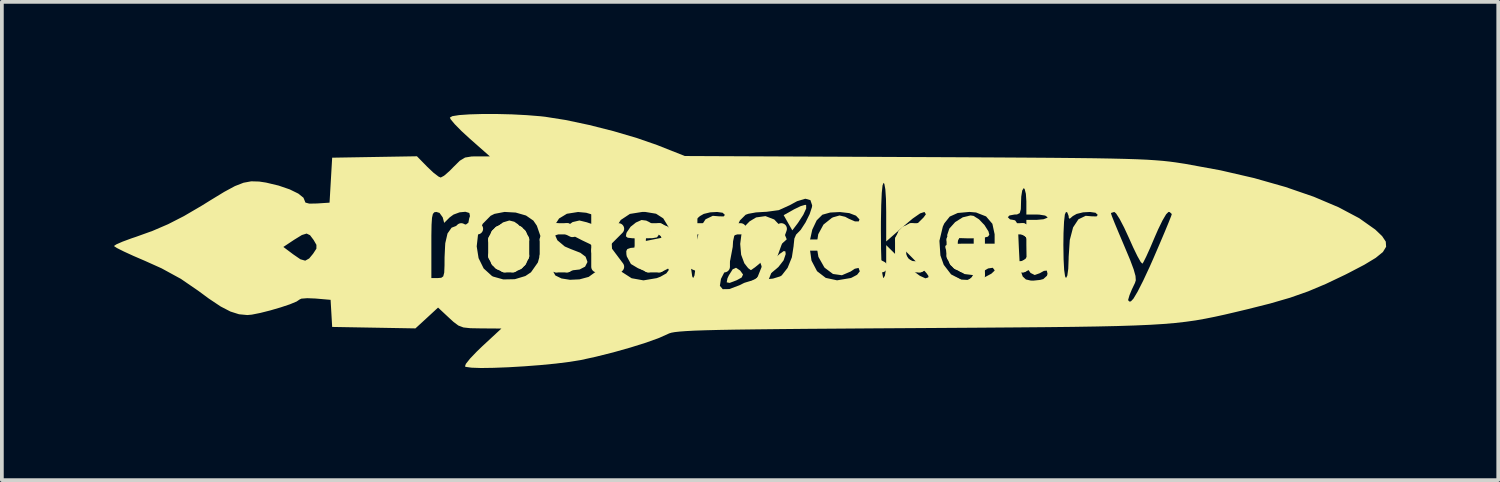
<source format=kicad_pcb>
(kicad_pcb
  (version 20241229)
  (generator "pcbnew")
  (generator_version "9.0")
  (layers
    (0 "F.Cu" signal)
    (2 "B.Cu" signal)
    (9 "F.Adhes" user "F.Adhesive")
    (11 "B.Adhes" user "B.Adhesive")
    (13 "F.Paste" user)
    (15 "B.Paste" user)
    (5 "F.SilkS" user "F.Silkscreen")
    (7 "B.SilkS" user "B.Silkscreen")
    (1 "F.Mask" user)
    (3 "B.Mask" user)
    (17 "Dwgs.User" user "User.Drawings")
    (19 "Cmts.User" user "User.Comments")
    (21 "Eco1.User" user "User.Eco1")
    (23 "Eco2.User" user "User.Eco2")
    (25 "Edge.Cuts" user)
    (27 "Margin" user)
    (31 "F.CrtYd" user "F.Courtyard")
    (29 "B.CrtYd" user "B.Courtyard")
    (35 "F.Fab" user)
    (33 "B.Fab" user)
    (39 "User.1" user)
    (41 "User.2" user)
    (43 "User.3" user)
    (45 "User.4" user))
  (footprint "rocketry-logo"
    (layer "F.Cu")
    (at 16.91 3.398)
    (property "Reference" "rocketry-logo" (at 0 0 0) (layer "F.SilkS") (effects (font (size 1.524 1.524) (thickness 0.3))))
    (attr board_only exclude_from_pos_files exclude_from_bom)
    (fp_poly (pts (xy -0.161 0.787) (xy -0.156 0.792) (xy -0.08 0.897) (xy -0.118 0.977) (xy -0.251 1.05) (xy -0.438 1.121) (xy -0.517 1.106) (xy -0.498 1.001) (xy -0.46 0.92) (xy -0.357 0.756) (xy -0.268 0.716)) (stroke (width 0) (type solid)) (fill yes) (layer "F.SilkS"))
    (fp_poly (pts (xy 1.608 -0.962) (xy 1.609 -0.869) (xy 1.531 -0.7) (xy 1.389 -0.483) (xy 1.359 -0.443) (xy 1.238 -0.285) (xy 1.122 -0.488) (xy 1.007 -0.691) (xy 1.286 -0.848) (xy 1.462 -0.933) (xy 1.583 -0.968)) (stroke (width 0) (type solid)) (fill yes) (layer "F.SilkS"))
    (fp_poly (pts (xy 1.052 0.277) (xy 1.061 0.35) (xy 1.005 0.517) (xy 0.865 0.697) (xy 0.688 0.846) (xy 0.517 0.918) (xy 0.495 0.92) (xy 0.384 0.899) (xy 0.366 0.864) (xy 0.427 0.79) (xy 0.563 0.654) (xy 0.725 0.501) (xy 0.906 0.341) (xy 1.007 0.27)) (stroke (width 0) (type solid)) (fill yes) (layer "F.SilkS"))
    (fp_poly (pts (xy -6.2 -0.515) (xy -6.102 -0.448) (xy -5.913 -0.226) (xy -5.836 0.057) (xy -5.874 0.369) (xy -5.989 0.619) (xy -6.139 0.741) (xy -6.348 0.78) (xy -6.558 0.734) (xy -6.674 0.65) (xy -6.806 0.417) (xy -6.848 0.144) (xy -6.805 -0.129) (xy -6.685 -0.358) (xy -6.502 -0.498) (xy -6.333 -0.549)) (stroke (width 0) (type solid)) (fill yes) (layer "F.SilkS"))
    (fp_poly (pts (xy -2.67 -0.546) (xy -2.565 -0.493) (xy -2.419 -0.368) (xy -2.348 -0.228) (xy -2.345 -0.143) (xy -2.388 -0.096) (xy -2.507 -0.076) (xy -2.732 -0.071) (xy -2.788 -0.071) (xy -3.034 -0.073) (xy -3.167 -0.088) (xy -3.214 -0.126) (xy -3.203 -0.199) (xy -3.192 -0.23) (xy -3.088 -0.382) (xy -2.946 -0.495) (xy -2.796 -0.562)) (stroke (width 0) (type solid)) (fill yes) (layer "F.SilkS"))
    (fp_poly (pts (xy 6.086 -0.672) (xy 6.233 -0.58) (xy 6.381 -0.424) (xy 6.486 -0.257) (xy 6.509 -0.167) (xy 6.473 -0.117) (xy 6.352 -0.086) (xy 6.123 -0.073) (xy 5.943 -0.071) (xy 5.64 -0.08) (xy 5.446 -0.106) (xy 5.377 -0.146) (xy 5.377 -0.146) (xy 5.439 -0.332) (xy 5.595 -0.506) (xy 5.799 -0.634) (xy 6.006 -0.684)) (stroke (width 0) (type solid)) (fill yes) (layer "F.SilkS"))
    (fp_poly (pts (xy 0.754 -0.576) (xy 0.941 -0.379) (xy 0.994 -0.274) (xy 1.089 -0.045) (xy 0.634 0.367) (xy 0.424 0.552) (xy 0.252 0.694) (xy 0.145 0.771) (xy 0.127 0.778) (xy 0.055 0.725) (xy -0.044 0.598) (xy -0.045 0.597) (xy -0.131 0.367) (xy -0.156 0.078) (xy -0.12 -0.204) (xy -0.047 -0.381) (xy 0.097 -0.527) (xy 0.27 -0.631) (xy 0.52 -0.666)) (stroke (width 0) (type solid)) (fill yes) (layer "F.SilkS"))
    (fp_poly (pts (xy -6.668 -3.398) (xy -6.262 -3.388) (xy -5.862 -3.367) (xy -5.491 -3.337) (xy -5.375 -3.324) (xy -4.825 -3.237) (xy -4.197 -3.104) (xy -3.545 -2.939) (xy -2.92 -2.755) (xy -2.375 -2.566) (xy -2.323 -2.545) (xy -1.638 -2.274) (xy 4.576 -2.246) (xy 5.661 -2.241) (xy 6.614 -2.236) (xy 7.446 -2.231) (xy 8.167 -2.226) (xy 8.787 -2.22) (xy 9.317 -2.214) (xy 9.765 -2.206) (xy 10.143 -2.197) (xy 10.461 -2.187) (xy 10.728 -2.175) (xy 10.956 -2.16) (xy 11.153 -2.144) (xy 11.33 -2.125) (xy 11.498 -2.103) (xy 11.666 -2.077) (xy 11.745 -2.065) (xy 12.695 -1.891) (xy 13.596 -1.683) (xy 14.433 -1.445) (xy 15.19 -1.184) (xy 15.853 -0.903) (xy 16.405 -0.61) (xy 16.832 -0.308) (xy 16.841 -0.3) (xy 17.018 -0.131) (xy 17.116 0.016) (xy 17.125 0.154) (xy 17.039 0.295) (xy 16.847 0.451) (xy 16.543 0.635) (xy 16.118 0.857) (xy 16.025 0.904) (xy 15.515 1.147) (xy 15.04 1.347) (xy 14.557 1.517) (xy 14.02 1.673) (xy 13.408 1.827) (xy 13.089 1.903) (xy 12.803 1.97) (xy 12.538 2.028) (xy 12.283 2.079) (xy 12.029 2.124) (xy 11.765 2.161) (xy 11.481 2.193) (xy 11.165 2.22) (xy 10.808 2.242) (xy 10.399 2.26) (xy 9.927 2.275) (xy 9.383 2.287) (xy 8.755 2.297) (xy 8.033 2.305) (xy 7.206 2.312) (xy 6.265 2.319) (xy 5.199 2.326) (xy 4.564 2.33) (xy 3.453 2.337) (xy 2.476 2.344) (xy 1.623 2.35) (xy 0.885 2.357) (xy 0.254 2.364) (xy -0.279 2.371) (xy -0.722 2.379) (xy -1.085 2.388) (xy -1.376 2.398) (xy -1.604 2.41) (xy -1.777 2.423) (xy -1.905 2.437) (xy -1.995 2.453) (xy -2.057 2.472) (xy -2.087 2.486) (xy -2.326 2.593) (xy -2.672 2.718) (xy -3.09 2.849) (xy -3.55 2.979) (xy -4.017 3.096) (xy -4.422 3.185) (xy -4.724 3.234) (xy -5.094 3.28) (xy -5.506 3.32) (xy -5.937 3.353) (xy -6.361 3.378) (xy -6.754 3.393) (xy -7.09 3.398) (xy -7.346 3.389) (xy -7.495 3.368) (xy -7.52 3.355) (xy -7.495 3.286) (xy -7.384 3.146) (xy -7.205 2.959) (xy -7.06 2.819) (xy -6.545 2.342) (xy -7.096 2.338) (xy -7.376 2.333) (xy -7.561 2.313) (xy -7.696 2.262) (xy -7.826 2.165) (xy -7.943 2.058) (xy -8.24 1.781) (xy -8.542 2.06) (xy -8.845 2.338) (xy -11.073 2.299) (xy -11.094 1.936) (xy -11.115 1.574) (xy -11.518 1.539) (xy -11.74 1.53) (xy -11.896 1.542) (xy -11.945 1.565) (xy -12.024 1.619) (xy -12.205 1.694) (xy -12.451 1.776) (xy -12.728 1.857) (xy -12.997 1.925) (xy -13.223 1.97) (xy -13.343 1.981) (xy -13.565 1.96) (xy -13.795 1.887) (xy -14.056 1.752) (xy -14.375 1.539) (xy -14.654 1.333) (xy -14.851 1.198) (xy -0.7 1.198) (xy -0.624 1.289) (xy -0.448 1.286) (xy -0.176 1.184) (xy -0.048 1.12) (xy 0.113 1.07) (xy 0.346 1.037) (xy 0.467 1.031) (xy 0.72 1.006) (xy 0.912 0.947) (xy 0.955 0.92) (xy 1.112 0.719) (xy 1.226 0.437) (xy 1.271 0.146) (xy 1.698 0.146) (xy 1.751 0.524) (xy 1.9 0.808) (xy 2.133 0.987) (xy 2.435 1.052) (xy 2.794 0.992) (xy 2.82 0.984) (xy 2.971 0.904) (xy 3.042 0.814) (xy 3.042 0.807) (xy 3.011 0.72) (xy 2.91 0.742) (xy 2.799 0.816) (xy 2.565 0.916) (xy 2.326 0.882) (xy 2.106 0.717) (xy 2.093 0.702) (xy 1.936 0.424) (xy 1.885 0.118) (xy 1.932 -0.182) (xy 1.987 -0.283) (xy 3.608 -0.283) (xy 3.612 0.204) (xy 3.623 0.582) (xy 3.641 0.842) (xy 3.666 0.975) (xy 3.679 0.991) (xy 3.716 0.926) (xy 3.742 0.756) (xy 3.75 0.55) (xy 3.75 0.11) (xy 4.194 0.55) (xy 4.443 0.778) (xy 4.65 0.931) (xy 4.8 0.999) (xy 4.875 0.974) (xy 4.882 0.939) (xy 4.835 0.869) (xy 4.711 0.726) (xy 4.532 0.536) (xy 4.452 0.454) (xy 4.022 0.02) (xy 4.052 -0.005) (xy 5.174 -0.005) (xy 5.2 0.384) (xy 5.289 0.636) (xy 5.486 0.893) (xy 5.754 1.032) (xy 6.079 1.05) (xy 6.405 0.959) (xy 6.564 0.874) (xy 6.647 0.796) (xy 6.651 0.782) (xy 6.601 0.716) (xy 6.477 0.734) (xy 6.336 0.816) (xy 6.1 0.915) (xy 5.845 0.884) (xy 5.601 0.729) (xy 5.584 0.713) (xy 5.453 0.558) (xy 5.382 0.427) (xy 5.377 0.4) (xy 5.352 0.239) (xy 5.334 0.183) (xy 5.331 0.131) (xy 5.384 0.097) (xy 5.518 0.079) (xy 5.755 0.072) (xy 5.971 0.071) (xy 6.651 0.071) (xy 6.651 -0.18) (xy 6.591 -0.46) (xy 6.44 -0.637) (xy 7.004 -0.637) (xy 7.063 -0.578) (xy 7.138 -0.566) (xy 7.198 -0.553) (xy 7.239 -0.499) (xy 7.266 -0.379) (xy 7.284 -0.168) (xy 7.298 0.158) (xy 7.299 0.181) (xy 7.318 0.548) (xy 7.349 0.797) (xy 7.402 0.949) (xy 7.488 1.029) (xy 7.616 1.058) (xy 7.689 1.06) (xy 7.868 1.041) (xy 7.954 1.018) (xy 8.051 0.93) (xy 8.066 0.877) (xy 8.047 0.792) (xy 7.971 0.799) (xy 7.858 0.862) (xy 7.723 0.91) (xy 7.612 0.854) (xy 7.556 0.775) (xy 7.521 0.632) (xy 7.504 0.398) (xy 7.5 0.106) (xy 8.49 0.106) (xy 8.496 0.489) (xy 8.511 0.774) (xy 8.536 0.946) (xy 8.561 0.991) (xy 8.596 0.924) (xy 8.621 0.743) (xy 8.631 0.474) (xy 8.632 0.421) (xy 8.662 -0.028) (xy 8.75 -0.364) (xy 8.893 -0.581) (xy 9.087 -0.674) (xy 9.257 -0.66) (xy 9.379 -0.658) (xy 9.41 -0.699) (xy 9.37 -0.737) (xy 9.764 -0.737) (xy 9.79 -0.66) (xy 9.862 -0.479) (xy 9.97 -0.22) (xy 10.102 0.091) (xy 10.123 0.141) (xy 10.275 0.503) (xy 10.371 0.76) (xy 10.42 0.935) (xy 10.428 1.051) (xy 10.406 1.121) (xy 10.321 1.3) (xy 10.259 1.451) (xy 10.221 1.582) (xy 10.256 1.62) (xy 10.297 1.615) (xy 10.365 1.542) (xy 10.477 1.354) (xy 10.624 1.065) (xy 10.799 0.69) (xy 10.899 0.464) (xy 11.059 0.093) (xy 11.198 -0.234) (xy 11.305 -0.493) (xy 11.373 -0.664) (xy 11.391 -0.722) (xy 11.335 -0.774) (xy 11.303 -0.778) (xy 11.24 -0.716) (xy 11.142 -0.55) (xy 11.024 -0.308) (xy 10.933 -0.1) (xy 10.812 0.184) (xy 10.707 0.416) (xy 10.632 0.566) (xy 10.604 0.607) (xy 10.558 0.559) (xy 10.471 0.405) (xy 10.357 0.17) (xy 10.249 -0.071) (xy 10.117 -0.357) (xy 9.996 -0.589) (xy 9.901 -0.737) (xy 9.853 -0.778) (xy 9.77 -0.752) (xy 9.764 -0.737) (xy 9.37 -0.737) (xy 9.35 -0.756) (xy 9.203 -0.777) (xy 9.018 -0.767) (xy 8.845 -0.725) (xy 8.743 -0.667) (xy 8.658 -0.593) (xy 8.633 -0.625) (xy 8.632 -0.667) (xy 8.595 -0.764) (xy 8.561 -0.778) (xy 8.53 -0.71) (xy 8.508 -0.516) (xy 8.494 -0.211) (xy 8.49 0.106) (xy 7.5 0.106) (xy 7.5 0.097) (xy 7.5 -0.566) (xy 7.783 -0.566) (xy 7.96 -0.582) (xy 8.059 -0.621) (xy 8.066 -0.637) (xy 8.003 -0.681) (xy 7.846 -0.706) (xy 7.783 -0.708) (xy 7.5 -0.708) (xy 7.5 -1.061) (xy 7.487 -1.263) (xy 7.454 -1.391) (xy 7.429 -1.415) (xy 7.389 -1.351) (xy 7.363 -1.189) (xy 7.358 -1.061) (xy 7.352 -0.851) (xy 7.323 -0.747) (xy 7.252 -0.711) (xy 7.181 -0.708) (xy 7.048 -0.683) (xy 7.004 -0.637) (xy 6.44 -0.637) (xy 6.422 -0.658) (xy 6.154 -0.763) (xy 5.977 -0.778) (xy 5.664 -0.75) (xy 5.451 -0.654) (xy 5.305 -0.472) (xy 5.265 -0.386) (xy 5.174 -0.005) (xy 4.052 -0.005) (xy 4.416 -0.317) (xy 4.608 -0.489) (xy 4.749 -0.629) (xy 4.81 -0.712) (xy 4.811 -0.716) (xy 4.774 -0.777) (xy 4.658 -0.739) (xy 4.459 -0.601) (xy 4.2 -0.383) (xy 3.75 0.012) (xy 3.75 -0.772) (xy 3.744 -1.125) (xy 3.727 -1.384) (xy 3.7 -1.53) (xy 3.679 -1.557) (xy 3.652 -1.487) (xy 3.631 -1.286) (xy 3.617 -0.963) (xy 3.609 -0.527) (xy 3.608 -0.283) (xy 1.987 -0.283) (xy 2.072 -0.44) (xy 2.298 -0.62) (xy 2.334 -0.636) (xy 2.502 -0.683) (xy 2.652 -0.648) (xy 2.753 -0.594) (xy 2.913 -0.525) (xy 3.016 -0.524) (xy 3.035 -0.578) (xy 2.943 -0.676) (xy 2.94 -0.678) (xy 2.763 -0.746) (xy 2.512 -0.775) (xy 2.253 -0.762) (xy 2.048 -0.705) (xy 2.041 -0.702) (xy 1.89 -0.552) (xy 1.772 -0.304) (xy 1.706 -0.003) (xy 1.698 0.146) (xy 1.271 0.146) (xy 1.273 0.135) (xy 1.274 0.113) (xy 1.293 -0.065) (xy 1.34 -0.173) (xy 1.347 -0.179) (xy 1.463 -0.298) (xy 1.592 -0.497) (xy 1.702 -0.719) (xy 1.764 -0.908) (xy 1.769 -0.954) (xy 1.722 -1.094) (xy 1.585 -1.131) (xy 1.366 -1.065) (xy 1.167 -0.957) (xy 0.878 -0.826) (xy 0.546 -0.781) (xy 0.508 -0.78) (xy 0.265 -0.765) (xy 0.062 -0.728) (xy -0.011 -0.702) (xy -0.163 -0.551) (xy -0.28 -0.301) (xy -0.347 0.006) (xy -0.356 0.157) (xy -0.425 0.522) (xy -0.532 0.743) (xy -0.671 1.014) (xy -0.7 1.198) (xy -14.851 1.198) (xy -15.122 1.012) (xy -15.161 0.991) (xy -8.419 0.991) (xy -8.243 0.991) (xy -8.154 0.984) (xy -8.101 0.946) (xy -8.075 0.846) (xy -8.067 0.656) (xy -8.066 0.44) (xy -8.052 0.143) (xy -7.206 0.143) (xy -7.156 0.458) (xy -7.02 0.734) (xy -6.8 0.934) (xy -6.769 0.951) (xy -6.495 1.028) (xy -6.186 1.022) (xy -5.904 0.937) (xy -5.755 0.838) (xy -5.732 0.806) (xy -5.165 0.806) (xy -5.102 0.922) (xy -4.938 1.002) (xy -4.71 1.038) (xy -4.454 1.026) (xy -4.21 0.96) (xy -3.996 0.805) (xy -3.899 0.578) (xy -3.917 0.331) (xy -3.994 0.207) (xy -4.173 0.083) (xy -4.356 -0.004) (xy -3.597 -0.004) (xy -3.581 0.296) (xy -3.497 0.558) (xy -3.321 0.829) (xy -3.062 0.996) (xy -2.744 1.053) (xy -2.388 0.993) (xy -2.291 0.956) (xy -2.132 0.866) (xy -2.068 0.778) (xy -2.07 0.762) (xy -2.103 0.712) (xy -2.176 0.692) (xy -2.32 0.702) (xy -2.568 0.739) (xy -2.62 0.748) (xy -2.879 0.735) (xy -3.08 0.615) (xy -3.191 0.411) (xy -3.201 0.354) (xy -3.204 0.269) (xy -3.176 0.216) (xy -3.088 0.185) (xy -2.914 0.169) (xy -2.628 0.157) (xy -2.6 0.156) (xy -2.276 0.14) (xy -2.094 0.106) (xy -1.486 0.106) (xy -1.48 0.489) (xy -1.465 0.774) (xy -1.44 0.946) (xy -1.415 0.991) (xy -1.38 0.924) (xy -1.355 0.743) (xy -1.345 0.474) (xy -1.344 0.421) (xy -1.314 -0.028) (xy -1.226 -0.364) (xy -1.083 -0.581) (xy -0.889 -0.674) (xy -0.719 -0.66) (xy -0.597 -0.658) (xy -0.566 -0.699) (xy -0.626 -0.756) (xy -0.773 -0.777) (xy -0.958 -0.767) (xy -1.131 -0.725) (xy -1.233 -0.667) (xy -1.318 -0.593) (xy -1.343 -0.625) (xy -1.344 -0.667) (xy -1.381 -0.764) (xy -1.415 -0.778) (xy -1.446 -0.71) (xy -1.468 -0.516) (xy -1.482 -0.211) (xy -1.486 0.106) (xy -2.094 0.106) (xy -2.076 0.103) (xy -1.983 0.028) (xy -1.98 -0.102) (xy -2.049 -0.307) (xy -2.081 -0.386) (xy -2.215 -0.606) (xy -2.408 -0.73) (xy -2.692 -0.777) (xy -2.774 -0.778) (xy -3.107 -0.725) (xy -3.353 -0.562) (xy -3.51 -0.311) (xy -3.597 -0.004) (xy -4.356 -0.004) (xy -4.385 -0.018) (xy -4.659 -0.159) (xy -4.793 -0.285) (xy -4.788 -0.4) (xy -4.645 -0.503) (xy -4.637 -0.507) (xy -4.458 -0.549) (xy -4.253 -0.499) (xy -4.242 -0.494) (xy -4.081 -0.44) (xy -3.995 -0.456) (xy -3.959 -0.501) (xy -3.959 -0.605) (xy -4.073 -0.695) (xy -4.277 -0.756) (xy -4.495 -0.776) (xy -4.793 -0.729) (xy -5.003 -0.602) (xy -5.119 -0.422) (xy -5.136 -0.219) (xy -5.048 -0.02) (xy -4.849 0.147) (xy -4.69 0.215) (xy -4.433 0.315) (xy -4.293 0.42) (xy -4.246 0.547) (xy -4.245 0.567) (xy -4.306 0.686) (xy -4.453 0.762) (xy -4.637 0.783) (xy -4.807 0.74) (xy -4.863 0.698) (xy -4.986 0.651) (xy -5.109 0.695) (xy -5.165 0.806) (xy -5.732 0.806) (xy -5.569 0.574) (xy -5.48 0.248) (xy -5.488 -0.094) (xy -5.597 -0.41) (xy -5.69 -0.546) (xy -5.887 -0.682) (xy -6.162 -0.761) (xy -6.461 -0.778) (xy -6.731 -0.726) (xy -6.833 -0.675) (xy -7.046 -0.459) (xy -7.17 -0.175) (xy -7.206 0.143) (xy -8.052 0.143) (xy -8.047 0.059) (xy -7.987 -0.201) (xy -7.878 -0.356) (xy -7.711 -0.42) (xy -7.637 -0.425) (xy -7.49 -0.444) (xy -7.429 -0.489) (xy -7.406 -0.608) (xy -7.386 -0.666) (xy -7.403 -0.75) (xy -7.509 -0.782) (xy -7.664 -0.767) (xy -7.826 -0.707) (xy -7.929 -0.632) (xy -8.076 -0.485) (xy -8.115 -0.632) (xy -8.201 -0.752) (xy -8.286 -0.778) (xy -8.342 -0.768) (xy -8.379 -0.723) (xy -8.402 -0.62) (xy -8.414 -0.436) (xy -8.419 -0.149) (xy -8.419 0.106) (xy -8.419 0.991) (xy -15.161 0.991) (xy -15.637 0.731) (xy -16.078 0.533) (xy -16.391 0.398) (xy -16.65 0.279) (xy -16.831 0.188) (xy -16.875 0.159) (xy -12.379 0.159) (xy -12.115 0.357) (xy -11.923 0.489) (xy -11.794 0.526) (xy -11.688 0.467) (xy -11.583 0.34) (xy -11.495 0.205) (xy -11.494 0.103) (xy -11.569 -0.027) (xy -11.665 -0.155) (xy -11.757 -0.199) (xy -11.883 -0.16) (xy -12.082 -0.038) (xy -12.099 -0.027) (xy -12.379 0.159) (xy -16.875 0.159) (xy -16.909 0.136) (xy -16.91 0.133) (xy -16.847 0.09) (xy -16.681 0.017) (xy -16.44 -0.072) (xy -16.326 -0.11) (xy -15.878 -0.271) (xy -15.462 -0.45) (xy -15.038 -0.667) (xy -14.563 -0.945) (xy -14.331 -1.089) (xy -13.96 -1.315) (xy -13.675 -1.469) (xy -13.444 -1.559) (xy -13.238 -1.597) (xy -13.027 -1.591) (xy -12.842 -1.563) (xy -12.506 -1.483) (xy -12.209 -1.381) (xy -11.978 -1.268) (xy -11.841 -1.158) (xy -11.816 -1.097) (xy -11.788 -1.028) (xy -11.684 -1) (xy -11.48 -1.004) (xy -11.143 -1.026) (xy -11.108 -1.627) (xy -11.073 -2.229) (xy -9.939 -2.248) (xy -8.805 -2.267) (xy -8.527 -1.983) (xy -8.361 -1.826) (xy -8.226 -1.723) (xy -8.169 -1.698) (xy -8.079 -1.746) (xy -7.935 -1.871) (xy -7.827 -1.981) (xy -7.658 -2.148) (xy -7.517 -2.233) (xy -7.341 -2.262) (xy -7.21 -2.264) (xy -6.854 -2.264) (xy -7.389 -2.736) (xy -7.615 -2.944) (xy -7.794 -3.126) (xy -7.902 -3.256) (xy -7.924 -3.302) (xy -7.858 -3.34) (xy -7.674 -3.369) (xy -7.399 -3.388) (xy -7.055 -3.398)) (stroke (width 0) (type solid)) (fill yes) (layer "F.SilkS")))
  (gr_rect
    (start -3 -3)
    (end 37.035 9.795)
    (stroke (width 0.1) (type default))
    (fill no)
    (layer "Edge.Cuts")))
</source>
